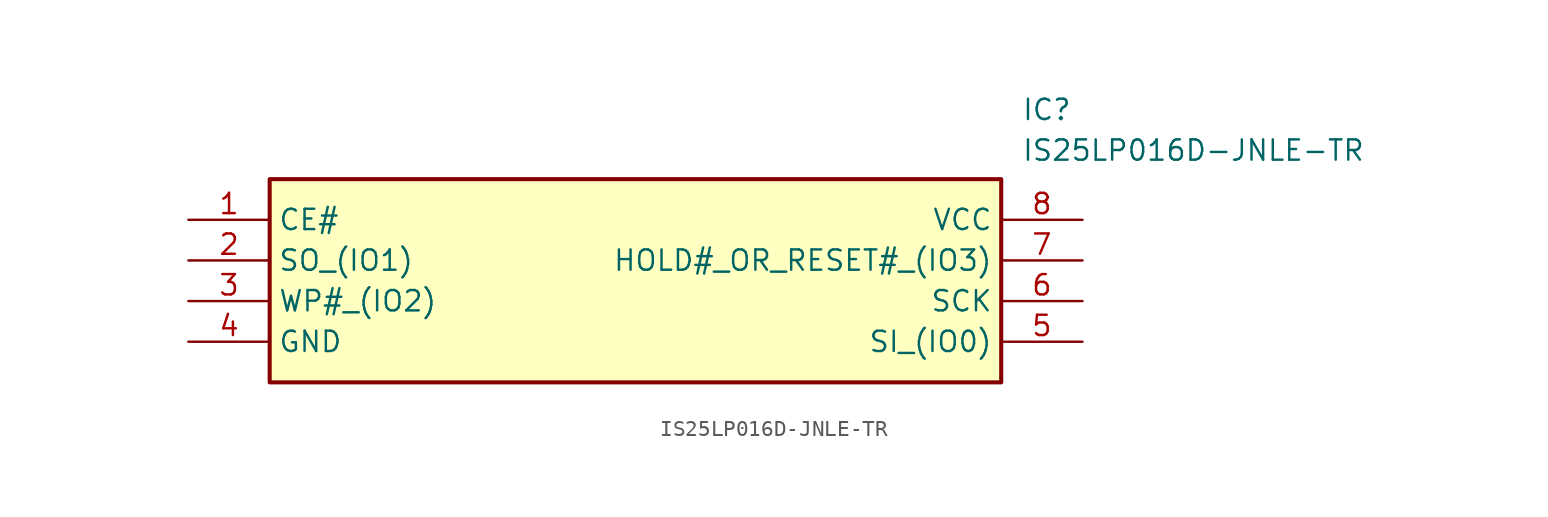
<source format=kicad_sym>
(kicad_symbol_lib
  (version 20211014)
  (generator SamacSys_ECAD_Model)
  (symbol "IS25LP016D-JNLE-TR"
    (property "Reference" "IC"
      (at 52.07 7.62 0)
      (effects (font (size 1.27 1.27)) (justify left top)))
    (property "Value" "IS25LP016D-JNLE-TR"
      (at 52.07 5.08 0)
      (effects (font (size 1.27 1.27)) (justify left top)))
    (rectangle
      (start 5.08 2.54)
      (end 50.8 -10.16)
      (stroke (width 0.254) (type default))
      (fill (type background)))
    (pin passive line
      (at 0 0 0)
      (length 5.08)
      (name "CE#" (effects (font (size 1.27 1.27))))
      (number "1" (effects (font (size 1.27 1.27)))))
    (pin passive line
      (at 0 -2.54 0)
      (length 5.08)
      (name "SO_(IO1)" (effects (font (size 1.27 1.27))))
      (number "2" (effects (font (size 1.27 1.27)))))
    (pin passive line
      (at 0 -5.08 0)
      (length 5.08)
      (name "WP#_(IO2)" (effects (font (size 1.27 1.27))))
      (number "3" (effects (font (size 1.27 1.27)))))
    (pin passive line
      (at 0 -7.62 0)
      (length 5.08)
      (name "GND" (effects (font (size 1.27 1.27))))
      (number "4" (effects (font (size 1.27 1.27)))))
    (pin passive line
      (at 55.88 0 180)
      (length 5.08)
      (name "VCC" (effects (font (size 1.27 1.27))))
      (number "8" (effects (font (size 1.27 1.27)))))
    (pin passive line
      (at 55.88 -2.54 180)
      (length 5.08)
      (name "HOLD#_OR_RESET#_(IO3)" (effects (font (size 1.27 1.27))))
      (number "7" (effects (font (size 1.27 1.27)))))
    (pin passive line
      (at 55.88 -5.08 180)
      (length 5.08)
      (name "SCK" (effects (font (size 1.27 1.27))))
      (number "6" (effects (font (size 1.27 1.27)))))
    (pin passive line
      (at 55.88 -7.62 180)
      (length 5.08)
      (name "SI_(IO0)" (effects (font (size 1.27 1.27))))
      (number "5" (effects (font (size 1.27 1.27)))))))
</source>
